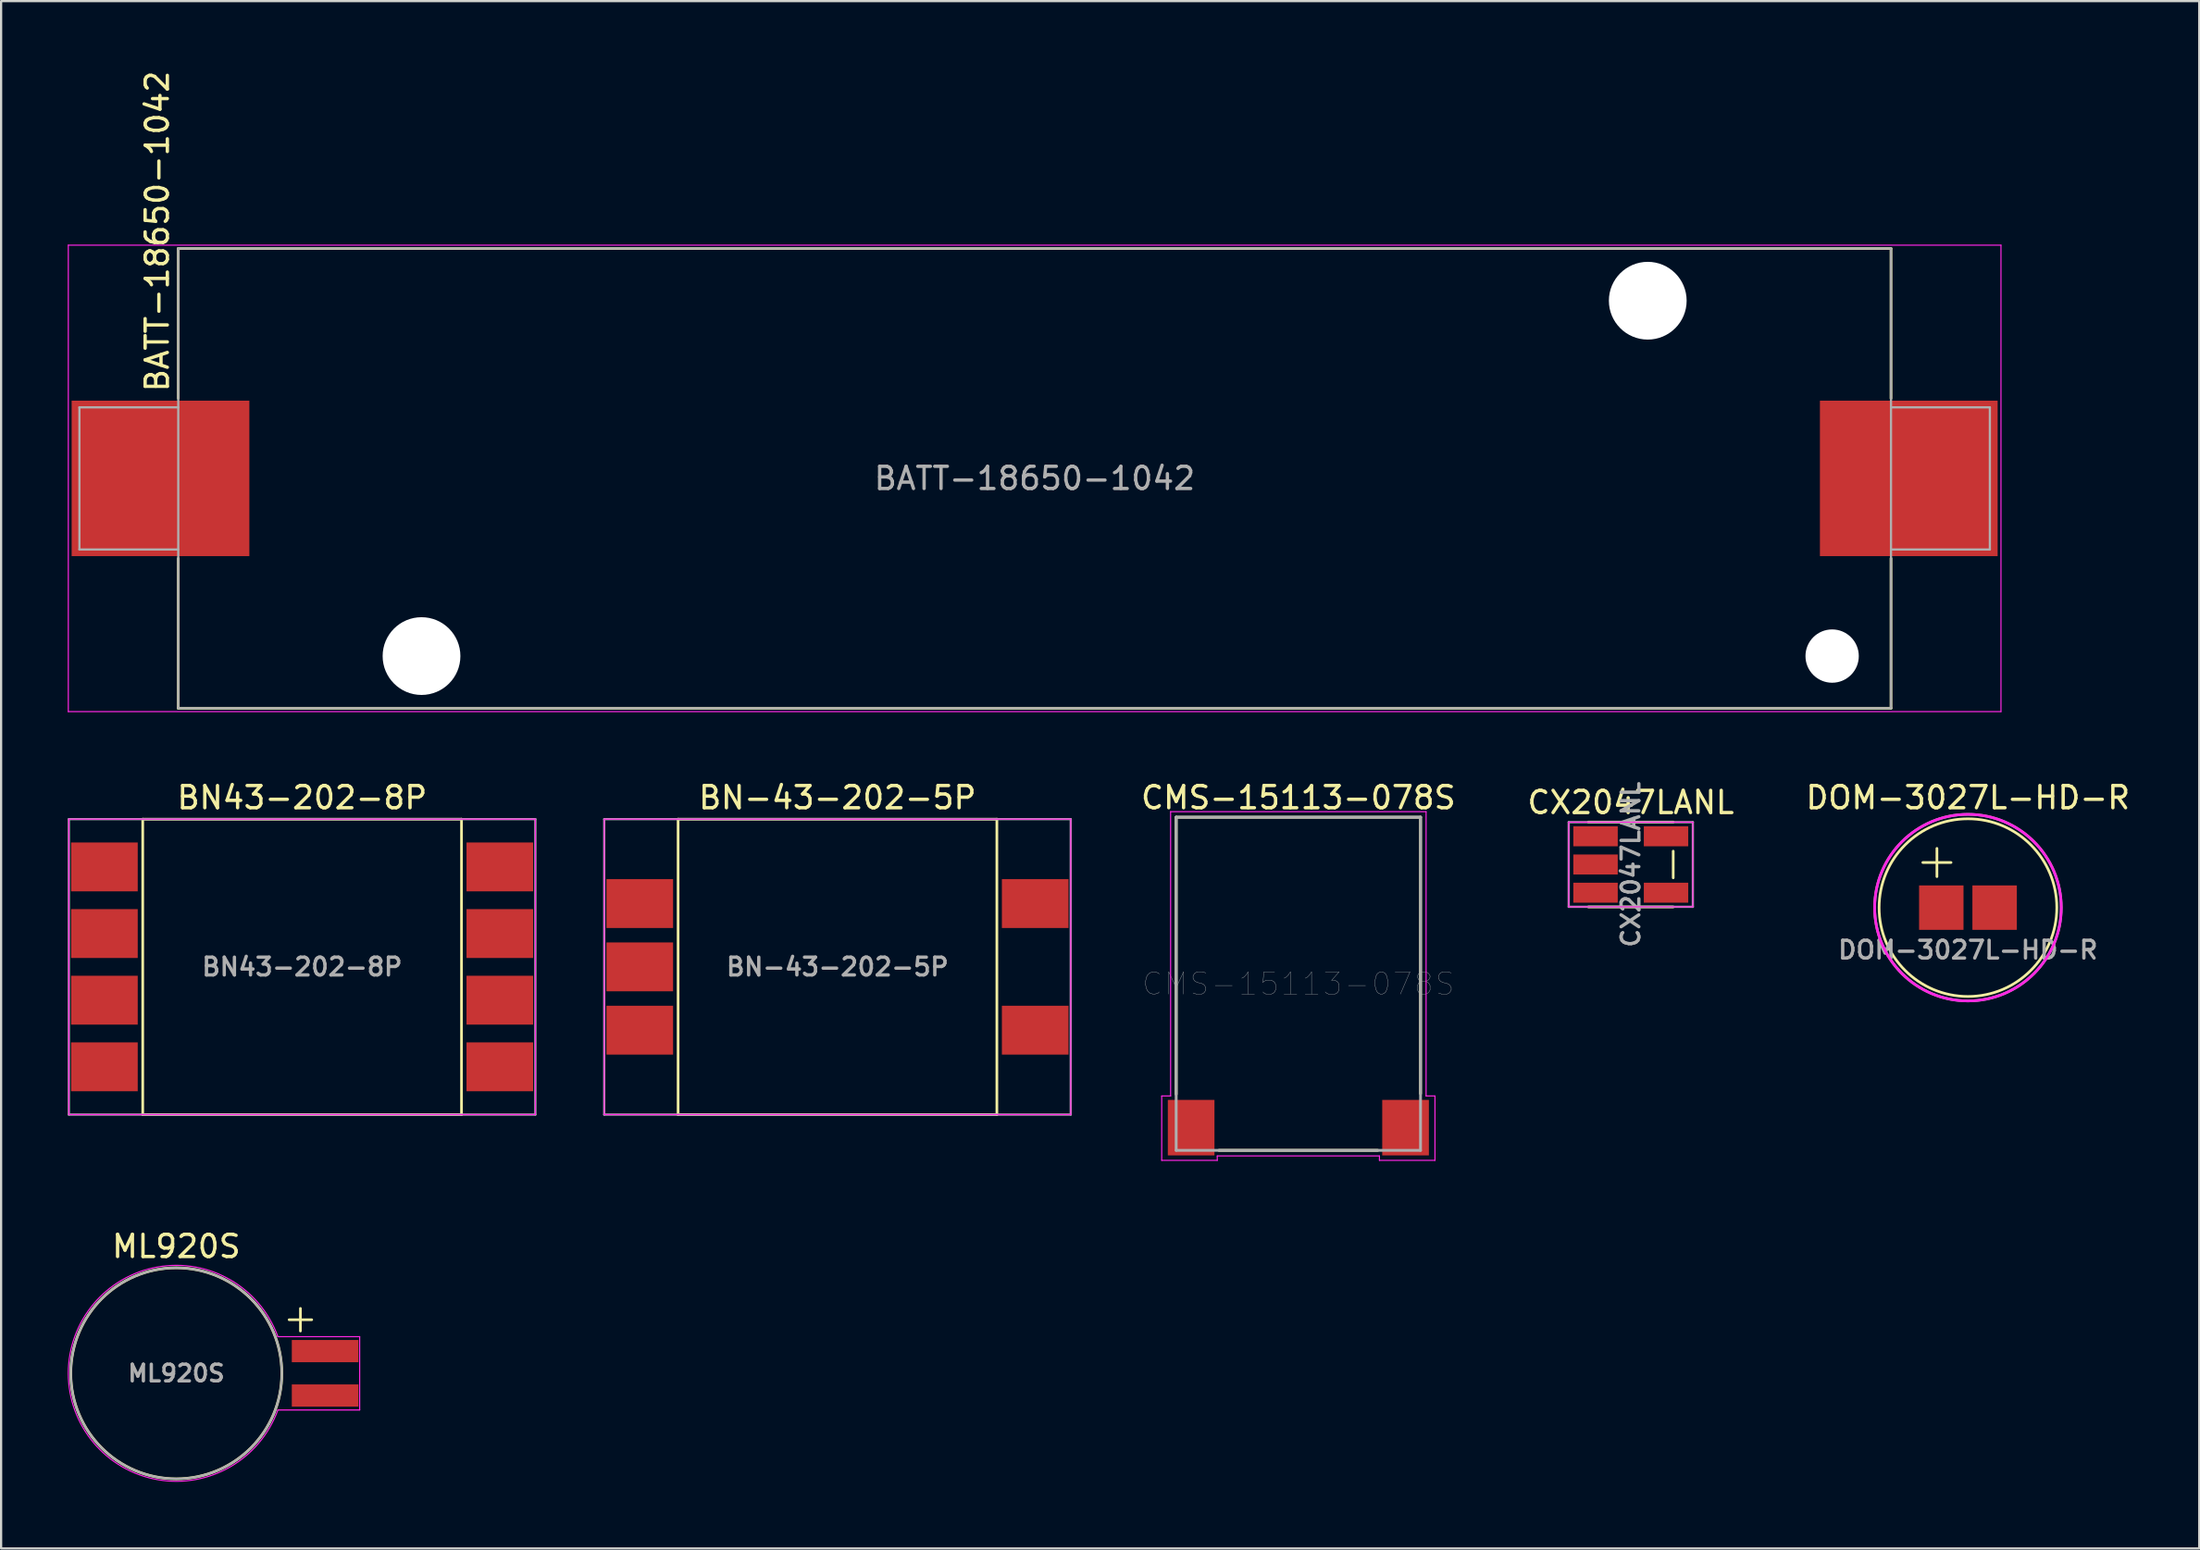
<source format=kicad_pcb>
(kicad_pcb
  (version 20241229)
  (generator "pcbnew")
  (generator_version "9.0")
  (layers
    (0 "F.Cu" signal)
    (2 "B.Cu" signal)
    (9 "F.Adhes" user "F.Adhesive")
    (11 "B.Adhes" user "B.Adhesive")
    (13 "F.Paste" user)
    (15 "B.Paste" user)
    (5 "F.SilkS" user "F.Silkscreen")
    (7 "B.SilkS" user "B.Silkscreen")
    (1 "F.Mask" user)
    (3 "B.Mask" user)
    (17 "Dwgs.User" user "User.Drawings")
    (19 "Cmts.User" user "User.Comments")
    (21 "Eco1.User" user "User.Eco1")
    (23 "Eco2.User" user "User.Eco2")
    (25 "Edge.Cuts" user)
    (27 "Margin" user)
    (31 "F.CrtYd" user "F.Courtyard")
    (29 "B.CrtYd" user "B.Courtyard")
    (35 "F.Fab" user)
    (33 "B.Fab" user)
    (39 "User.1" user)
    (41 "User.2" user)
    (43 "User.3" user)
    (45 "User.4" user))
  (footprint "CMS-15113-078S"
    (layer "F.Cu")
    (at 55.396 41.244)
    (property "Reference" "CMS-15113-078S" (at 0 -8.382 180) (layer "F.SilkS") (effects (font (size 1 1) (thickness 0.15))))
    (attr through_hole)
    (fp_line (start -5.5 -7.5) (end 5.5 -7.5) (stroke (width 0.127) (type solid)) (layer "F.SilkS"))
    (fp_line (start -5.5 4.973) (end -5.5 -7.5) (stroke (width 0.127) (type solid)) (layer "F.SilkS"))
    (fp_line (start -3.573 7.5) (end 3.573 7.5) (stroke (width 0.127) (type solid)) (layer "F.SilkS"))
    (fp_line (start 5.5 -7.5) (end 5.5 4.946) (stroke (width 0.127) (type solid)) (layer "F.SilkS"))
    (fp_line (start -6.15 5.05) (end -6.15 7.95) (stroke (width 0.05) (type solid)) (layer "F.CrtYd"))
    (fp_line (start -6.15 7.95) (end -3.65 7.95) (stroke (width 0.05) (type solid)) (layer "F.CrtYd"))
    (fp_line (start -5.75 -7.75) (end -5.75 5.05) (stroke (width 0.05) (type solid)) (layer "F.CrtYd"))
    (fp_line (start -5.75 -7.75) (end 5.75 -7.75) (stroke (width 0.05) (type solid)) (layer "F.CrtYd"))
    (fp_line (start -5.75 5.05) (end -6.15 5.05) (stroke (width 0.05) (type solid)) (layer "F.CrtYd"))
    (fp_line (start -3.65 7.75) (end 3.65 7.75) (stroke (width 0.05) (type solid)) (layer "F.CrtYd"))
    (fp_line (start -3.65 7.95) (end -3.65 7.75) (stroke (width 0.05) (type solid)) (layer "F.CrtYd"))
    (fp_line (start 3.65 7.75) (end 3.65 7.95) (stroke (width 0.05) (type solid)) (layer "F.CrtYd"))
    (fp_line (start 3.65 7.95) (end 6.15 7.95) (stroke (width 0.05) (type solid)) (layer "F.CrtYd"))
    (fp_line (start 5.75 5.05) (end 5.75 -7.75) (stroke (width 0.05) (type solid)) (layer "F.CrtYd"))
    (fp_line (start 6.15 5.05) (end 5.75 5.05) (stroke (width 0.05) (type solid)) (layer "F.CrtYd"))
    (fp_line (start 6.15 7.95) (end 6.15 5.05) (stroke (width 0.05) (type solid)) (layer "F.CrtYd"))
    (fp_line (start -5.5 -7.5) (end 5.5 -7.5) (stroke (width 0.127) (type solid)) (layer "F.Fab"))
    (fp_line (start -5.5 7.5) (end -5.5 -7.5) (stroke (width 0.127) (type solid)) (layer "F.Fab"))
    (fp_line (start 5.5 -7.5) (end 5.5 7.5) (stroke (width 0.127) (type solid)) (layer "F.Fab"))
    (fp_line (start 5.5 7.5) (end -5.5 7.5) (stroke (width 0.127) (type solid)) (layer "F.Fab"))
    (fp_text user "${REFERENCE}" (at 0 0 0) (layer "F.Fab") (effects (font (size 1 1) (thickness 0.015))))
    (pad "1" smd rect (at 4.826 6.477) (size 2.1 2.5) (layers "F.Cu" "F.Mask" "F.Paste"))
    (pad "2" smd rect (at -4.826 6.477) (size 2.1 2.5) (layers "F.Cu" "F.Mask" "F.Paste")))
  (footprint "BATT-18650-1042"
    (layer "F.Cu")
    (at 43.525 18.489)
    (property "Reference" "BATT-18650-1042" (at -39.497 -3.81 90) (layer "F.SilkS") (effects (font (size 1 1) (thickness 0.15)) (justify left)))
    (attr smd)
    (fp_line (start -38.55 -10.35) (end -38.55 -3.6) (stroke (width 0.12) (type solid)) (layer "F.SilkS"))
    (fp_line (start -38.55 -10.35) (end 38.55 -10.35) (stroke (width 0.12) (type solid)) (layer "F.SilkS"))
    (fp_line (start -38.55 10.35) (end -38.55 3.6) (stroke (width 0.12) (type solid)) (layer "F.SilkS"))
    (fp_line (start -38.55 10.35) (end 38.55 10.35) (stroke (width 0.12) (type solid)) (layer "F.SilkS"))
    (fp_line (start 38.55 -10.35) (end 38.55 -3.6) (stroke (width 0.12) (type solid)) (layer "F.SilkS"))
    (fp_line (start 38.55 10.35) (end 38.55 3.6) (stroke (width 0.12) (type solid)) (layer "F.SilkS"))
    (fp_line (start -43.5 -10.5) (end 43.5 -10.5) (stroke (width 0.05) (type solid)) (layer "F.CrtYd"))
    (fp_line (start -43.5 10.5) (end -43.5 -10.5) (stroke (width 0.05) (type solid)) (layer "F.CrtYd"))
    (fp_line (start -43.5 10.5) (end 43.5 10.5) (stroke (width 0.05) (type solid)) (layer "F.CrtYd"))
    (fp_line (start 43.5 10.5) (end 43.5 -10.5) (stroke (width 0.05) (type solid)) (layer "F.CrtYd"))
    (fp_line (start -43 -3.2) (end -38.55 -3.2) (stroke (width 0.1) (type solid)) (layer "F.Fab"))
    (fp_line (start -43 3.2) (end -43 -3.2) (stroke (width 0.1) (type solid)) (layer "F.Fab"))
    (fp_line (start -43 3.2) (end -38.55 3.2) (stroke (width 0.1) (type solid)) (layer "F.Fab"))
    (fp_line (start -38.55 -10.35) (end 38.55 -10.35) (stroke (width 0.1) (type solid)) (layer "F.Fab"))
    (fp_line (start -38.55 10.35) (end -38.55 -10.35) (stroke (width 0.1) (type solid)) (layer "F.Fab"))
    (fp_line (start -38.55 10.35) (end 38.55 10.35) (stroke (width 0.1) (type solid)) (layer "F.Fab"))
    (fp_line (start 38.55 -10.35) (end 38.55 10.35) (stroke (width 0.1) (type solid)) (layer "F.Fab"))
    (fp_line (start 43 -3.2) (end 38.55 -3.2) (stroke (width 0.1) (type solid)) (layer "F.Fab"))
    (fp_line (start 43 -3.2) (end 43 3.2) (stroke (width 0.1) (type solid)) (layer "F.Fab"))
    (fp_line (start 43 3.2) (end 38.55 3.2) (stroke (width 0.1) (type solid)) (layer "F.Fab"))
    (fp_text user "${REFERENCE}" (at 0 0 0) (layer "F.Fab") (effects (font (size 1 1) (thickness 0.15))))
    (pad "" np_thru_hole circle (at -27.6 8) (size 3.5 3.5) (drill 3.5) (layers "*.Cu" "*.Mask"))
    (pad "" np_thru_hole circle (at 27.6 -8) (size 3.5 3.5) (drill 3.5) (layers "*.Cu" "*.Mask"))
    (pad "" np_thru_hole circle (at 35.9 8) (size 2.4 2.4) (drill 2.4) (layers "*.Cu" "*.Mask"))
    (pad "1" smd rect (at 39.35 0) (size 8 7) (layers "F.Cu" "F.Mask" "F.Paste"))
    (pad "2" smd rect (at -39.35 0) (size 8 7) (layers "F.Cu" "F.Mask" "F.Paste")))
  (footprint "CX2047LANL"
    (layer "F.Cu")
    (at 70.361 35.873)
    (property "Reference" "CX2047LANL" (at 0 -2.794 0) (layer "F.SilkS") (effects (font (size 1 1) (thickness 0.15))))
    (attr smd)
    (fp_line (start -1.91 1.91) (end 1.91 1.91) (stroke (width 0.12) (type solid)) (layer "F.SilkS"))
    (fp_line (start 1.91 -1.91) (end -1.91 -1.91) (stroke (width 0.12) (type solid)) (layer "F.SilkS"))
    (fp_line (start 1.91 -0.6) (end 1.91 0.6) (stroke (width 0.12) (type solid)) (layer "F.SilkS"))
    (fp_line (start -2.794 1.905) (end -2.794 -1.905) (stroke (width 0.05) (type solid)) (layer "F.CrtYd"))
    (fp_line (start 2.794 -1.905) (end -2.794 -1.905) (stroke (width 0.05) (type solid)) (layer "F.CrtYd"))
    (fp_line (start 2.794 1.905) (end -2.794 1.905) (stroke (width 0.05) (type solid)) (layer "F.CrtYd"))
    (fp_line (start 2.794 1.905) (end 2.794 -1.905) (stroke (width 0.05) (type solid)) (layer "F.CrtYd"))
    (fp_line (start -2.794 -1.905) (end 2.794 -1.905) (stroke (width 0.1) (type solid)) (layer "F.Fab"))
    (fp_line (start -2.794 1.905) (end -2.794 -1.905) (stroke (width 0.1) (type solid)) (layer "F.Fab"))
    (fp_line (start 2.794 -1.905) (end 2.794 1.905) (stroke (width 0.1) (type solid)) (layer "F.Fab"))
    (fp_line (start 2.794 1.905) (end -2.794 1.905) (stroke (width 0.1) (type solid)) (layer "F.Fab"))
    (fp_text user "${REFERENCE}" (at 0 0 90) (layer "F.Fab") (effects (font (size 0.8 0.8) (thickness 0.15))))
    (pad "1" smd rect (at -1.587 1.27) (size 2 0.9) (layers "F.Cu" "F.Mask" "F.Paste"))
    (pad "2" smd rect (at -1.587 0) (size 2 0.9) (layers "F.Cu" "F.Mask" "F.Paste"))
    (pad "3" smd rect (at -1.587 -1.27) (size 2 0.9) (layers "F.Cu" "F.Mask" "F.Paste"))
    (pad "4" smd rect (at 1.587 -1.27) (size 2 0.9) (layers "F.Cu" "F.Mask" "F.Paste"))
    (pad "6" smd rect (at 1.587 1.27) (size 2 0.9) (layers "F.Cu" "F.Mask" "F.Paste")))
  (footprint "DOM-3027L-HD-R"
    (layer "F.Cu")
    (at 85.539 37.815)
    (property "Reference" "DOM-3027L-HD-R" (at 0 -4.953 0) (layer "F.SilkS") (effects (font (size 1 1) (thickness 0.15))))
    (attr smd)
    (fp_line (start -2.032 -2.032) (end -0.762 -2.032) (stroke (width 0.12) (type solid)) (layer "F.SilkS"))
    (fp_line (start -1.397 -2.667) (end -1.397 -1.397) (stroke (width 0.12) (type solid)) (layer "F.SilkS"))
    (fp_circle (center 0 0) (end 4 0) (stroke (width 0.12) (type solid)) (fill no) (layer "F.SilkS"))
    (fp_circle (center 0 0) (end 4.2 0) (stroke (width 0.12) (type solid)) (fill no) (layer "F.CrtYd"))
    (fp_circle (center 0 0) (end 4.2 0) (stroke (width 0.12) (type solid)) (fill no) (layer "F.Fab"))
    (fp_text user "${REFERENCE}" (at 0 1.905 180) (layer "F.Fab") (effects (font (size 0.8 0.8) (thickness 0.15))))
    (pad "1" smd rect (at 1.2 0) (size 2 2) (layers "F.Cu" "F.Mask" "F.Paste"))
    (pad "2" smd rect (at -1.2 0) (size 2 2) (layers "F.Cu" "F.Mask" "F.Paste")))
  (footprint "BN-43-202-5P"
    (layer "F.Cu")
    (at 34.65 40.482)
    (property "Reference" "BN-43-202-5P" (at 0 -7.62 0) (layer "F.SilkS") (effects (font (size 1 1) (thickness 0.15))))
    (attr smd)
    (fp_line (start -7.175 -6.65) (end -7.175 6.65) (stroke (width 0.12) (type solid)) (layer "F.SilkS"))
    (fp_line (start -7.175 -6.65) (end 7.175 -6.65) (stroke (width 0.12) (type solid)) (layer "F.SilkS"))
    (fp_line (start -7.175 6.65) (end 7.175 6.65) (stroke (width 0.12) (type solid)) (layer "F.SilkS"))
    (fp_line (start 7.175 6.65) (end 7.175 -6.65) (stroke (width 0.12) (type solid)) (layer "F.SilkS"))
    (fp_line (start -10.5 6.65) (end -10.5 -6.65) (stroke (width 0.05) (type solid)) (layer "F.CrtYd"))
    (fp_line (start -10.5 6.65) (end 10.5 6.65) (stroke (width 0.05) (type solid)) (layer "F.CrtYd"))
    (fp_line (start 10.5 -6.65) (end -10.5 -6.65) (stroke (width 0.05) (type solid)) (layer "F.CrtYd"))
    (fp_line (start 10.5 6.65) (end 10.5 -6.65) (stroke (width 0.05) (type solid)) (layer "F.CrtYd"))
    (fp_line (start -10.5 -6.65) (end -10.5 6.65) (stroke (width 0.1) (type solid)) (layer "F.Fab"))
    (fp_line (start -10.5 -6.65) (end 10.5 -6.65) (stroke (width 0.1) (type solid)) (layer "F.Fab"))
    (fp_line (start -10.5 6.65) (end 10.5 6.65) (stroke (width 0.1) (type solid)) (layer "F.Fab"))
    (fp_line (start 10.5 -6.65) (end 10.5 6.65) (stroke (width 0.1) (type solid)) (layer "F.Fab"))
    (fp_text user "${REFERENCE}" (at 0 0 180) (layer "F.Fab") (effects (font (size 0.8 0.8) (thickness 0.15))))
    (pad "1" smd rect (at -8.9 -2.85) (size 3 2.2) (layers "F.Cu" "F.Mask" "F.Paste"))
    (pad "2" smd rect (at -8.9 0) (size 3 2.2) (layers "F.Cu" "F.Mask" "F.Paste"))
    (pad "3" smd rect (at -8.9 2.85) (size 3 2.2) (layers "F.Cu" "F.Mask" "F.Paste"))
    (pad "4" smd rect (at 8.9 2.85) (size 3 2.2) (layers "F.Cu" "F.Mask" "F.Paste"))
    (pad "5" smd rect (at 8.9 -2.85) (size 3 2.2) (layers "F.Cu" "F.Mask" "F.Paste")))
  (footprint "ML920S"
    (layer "F.Cu")
    (at 4.886 58.782)
    (property "Reference" "ML920S" (at 0 -5.715 0) (layer "F.SilkS") (effects (font (size 1 1) (thickness 0.15))))
    (attr smd)
    (fp_line (start 5.588 -1.905) (end 5.588 -2.921) (stroke (width 0.12) (type solid)) (layer "F.SilkS"))
    (fp_line (start 6.096 -2.413) (end 5.08 -2.413) (stroke (width 0.12) (type solid)) (layer "F.SilkS"))
    (fp_circle (center 0 0) (end 4.75 0) (stroke (width 0.12) (type solid)) (fill no) (layer "F.SilkS"))
    (fp_line (start 4.572 -1.651) (end 8.255 -1.651) (stroke (width 0.05) (type solid)) (layer "F.CrtYd"))
    (fp_line (start 4.572 1.651) (end 8.255 1.651) (stroke (width 0.05) (type solid)) (layer "F.CrtYd"))
    (fp_line (start 8.255 -1.651) (end 8.255 1.651) (stroke (width 0.05) (type solid)) (layer "F.CrtYd"))
    (fp_arc (start 4.572 1.651) (mid -4.860965 0) (end 4.572 -1.651) (stroke (width 0.05) (type solid)) (layer "F.CrtYd"))
    (fp_circle (center 0 0) (end 4.75 0) (stroke (width 0.1) (type solid)) (fill no) (layer "F.Fab"))
    (fp_text user "${REFERENCE}" (at 0 0 0) (layer "F.Fab") (effects (font (size 0.75 0.75) (thickness 0.15))))
    (pad "1" smd rect (at 6.7 -1) (size 3 1) (layers "F.Cu" "F.Mask" "F.Paste"))
    (pad "2" smd rect (at 6.7 1) (size 3 1) (layers "F.Cu" "F.Mask" "F.Paste")))
  (footprint "BN43-202-8P"
    (layer "F.Cu")
    (at 10.55 40.482)
    (property "Reference" "BN43-202-8P" (at 0 -7.62 0) (layer "F.SilkS") (effects (font (size 1 1) (thickness 0.15))))
    (attr smd)
    (fp_line (start -7.175 -6.65) (end -7.175 6.65) (stroke (width 0.12) (type solid)) (layer "F.SilkS"))
    (fp_line (start -7.175 -6.65) (end 7.175 -6.65) (stroke (width 0.12) (type solid)) (layer "F.SilkS"))
    (fp_line (start -7.175 6.65) (end 7.175 6.65) (stroke (width 0.12) (type solid)) (layer "F.SilkS"))
    (fp_line (start 7.175 6.65) (end 7.175 -6.65) (stroke (width 0.12) (type solid)) (layer "F.SilkS"))
    (fp_line (start -10.5 6.65) (end -10.5 -6.65) (stroke (width 0.05) (type solid)) (layer "F.CrtYd"))
    (fp_line (start -10.5 6.65) (end 10.5 6.65) (stroke (width 0.05) (type solid)) (layer "F.CrtYd"))
    (fp_line (start 10.5 -6.65) (end -10.5 -6.65) (stroke (width 0.05) (type solid)) (layer "F.CrtYd"))
    (fp_line (start 10.5 6.65) (end 10.5 -6.65) (stroke (width 0.05) (type solid)) (layer "F.CrtYd"))
    (fp_line (start -10.5 -6.65) (end -10.5 6.65) (stroke (width 0.1) (type solid)) (layer "F.Fab"))
    (fp_line (start -10.5 -6.65) (end 10.5 -6.65) (stroke (width 0.1) (type solid)) (layer "F.Fab"))
    (fp_line (start -10.5 6.65) (end 10.5 6.65) (stroke (width 0.1) (type solid)) (layer "F.Fab"))
    (fp_line (start 10.5 -6.65) (end 10.5 6.65) (stroke (width 0.1) (type solid)) (layer "F.Fab"))
    (fp_text user "${REFERENCE}" (at 0 0 180) (layer "F.Fab") (effects (font (size 0.8 0.8) (thickness 0.15))))
    (pad "1" smd rect (at -8.9 -4.5) (size 3 2.2) (layers "F.Cu" "F.Mask" "F.Paste"))
    (pad "2" smd rect (at -8.9 -1.5) (size 3 2.2) (layers "F.Cu" "F.Mask" "F.Paste"))
    (pad "3" smd rect (at -8.9 1.5) (size 3 2.2) (layers "F.Cu" "F.Mask" "F.Paste"))
    (pad "4" smd rect (at -8.9 4.5) (size 3 2.2) (layers "F.Cu" "F.Mask" "F.Paste"))
    (pad "5" smd rect (at 8.9 4.5) (size 3 2.2) (layers "F.Cu" "F.Mask" "F.Paste"))
    (pad "6" smd rect (at 8.9 1.5) (size 3 2.2) (layers "F.Cu" "F.Mask" "F.Paste"))
    (pad "7" smd rect (at 8.9 -1.5) (size 3 2.2) (layers "F.Cu" "F.Mask" "F.Paste"))
    (pad "8" smd rect (at 8.9 -4.5) (size 3 2.2) (layers "F.Cu" "F.Mask" "F.Paste")))
  (gr_rect
    (start -3 -3)
    (end 95.95 66.668)
    (stroke (width 0.1) (type default))
    (fill no)
    (layer "Edge.Cuts")))
</source>
